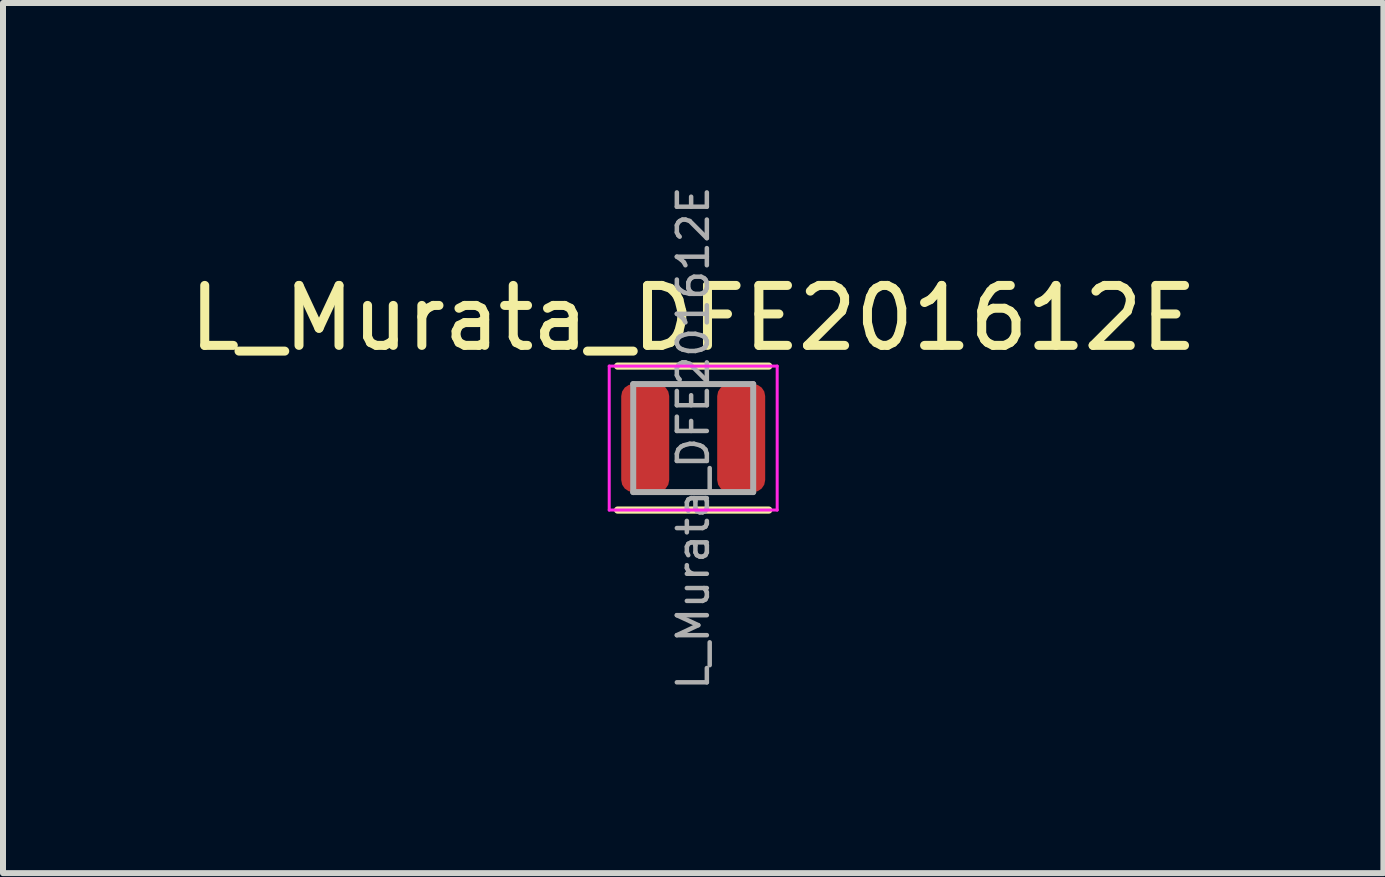
<source format=kicad_pcb>
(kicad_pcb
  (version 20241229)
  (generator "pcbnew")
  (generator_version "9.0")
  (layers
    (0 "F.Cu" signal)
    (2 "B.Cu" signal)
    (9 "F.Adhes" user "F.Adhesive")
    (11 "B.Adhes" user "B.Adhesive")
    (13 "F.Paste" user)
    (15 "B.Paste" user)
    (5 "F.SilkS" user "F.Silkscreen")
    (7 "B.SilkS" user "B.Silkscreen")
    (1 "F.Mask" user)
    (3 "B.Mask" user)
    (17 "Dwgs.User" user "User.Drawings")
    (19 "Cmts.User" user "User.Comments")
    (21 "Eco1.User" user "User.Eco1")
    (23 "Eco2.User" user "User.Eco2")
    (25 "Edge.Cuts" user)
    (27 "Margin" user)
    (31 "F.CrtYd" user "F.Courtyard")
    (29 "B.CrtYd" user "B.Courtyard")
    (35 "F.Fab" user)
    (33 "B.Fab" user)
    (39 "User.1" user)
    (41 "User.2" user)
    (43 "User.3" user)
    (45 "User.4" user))
  (footprint "L_Murata_DFE201612E"
    (layer "F.Cu")
    (at 8.506 4.253)
    (property "Reference" "L_Murata_DFE201612E" (at 0 -2 0) (layer "F.SilkS") (effects (font (size 1 1) (thickness 0.15))))
    (attr smd)
    (fp_line (start -1.26 -1.2) (end 1.26 -1.2) (stroke (width 0.12) (type solid)) (layer "F.SilkS"))
    (fp_line (start -1.26 1.2) (end 1.26 1.2) (stroke (width 0.12) (type solid)) (layer "F.SilkS"))
    (fp_line (start -1.4 -1.2) (end -1.4 1.2) (stroke (width 0.05) (type solid)) (layer "F.CrtYd"))
    (fp_line (start -1.4 1.2) (end 1.4 1.2) (stroke (width 0.05) (type solid)) (layer "F.CrtYd"))
    (fp_line (start 1.4 -1.2) (end -1.4 -1.2) (stroke (width 0.05) (type solid)) (layer "F.CrtYd"))
    (fp_line (start 1.4 1.2) (end 1.4 -1.2) (stroke (width 0.05) (type solid)) (layer "F.CrtYd"))
    (fp_line (start -1 -0.9) (end -1 0.9) (stroke (width 0.1) (type solid)) (layer "F.Fab"))
    (fp_line (start -1 0.9) (end 1 0.9) (stroke (width 0.1) (type solid)) (layer "F.Fab"))
    (fp_line (start 1 -0.9) (end -1 -0.9) (stroke (width 0.1) (type solid)) (layer "F.Fab"))
    (fp_line (start 1 0.9) (end 1 -0.9) (stroke (width 0.1) (type solid)) (layer "F.Fab"))
    (fp_text user "${REFERENCE}" (at 0 0 90) (layer "F.Fab") (effects (font (size 0.5 0.5) (thickness 0.075))))
    (pad "1" smd roundrect (at -0.8 0) (size 0.8 1.8) (layers "F.Cu" "F.Mask" "F.Paste") (roundrect_rratio 0.25))
    (pad "2" smd roundrect (at 0.8 0) (size 0.8 1.8) (layers "F.Cu" "F.Mask" "F.Paste") (roundrect_rratio 0.25)))
  (gr_rect
    (start -3 -3)
    (end 20.012 11.506)
    (stroke (width 0.1) (type default))
    (fill no)
    (layer "Edge.Cuts")))
</source>
